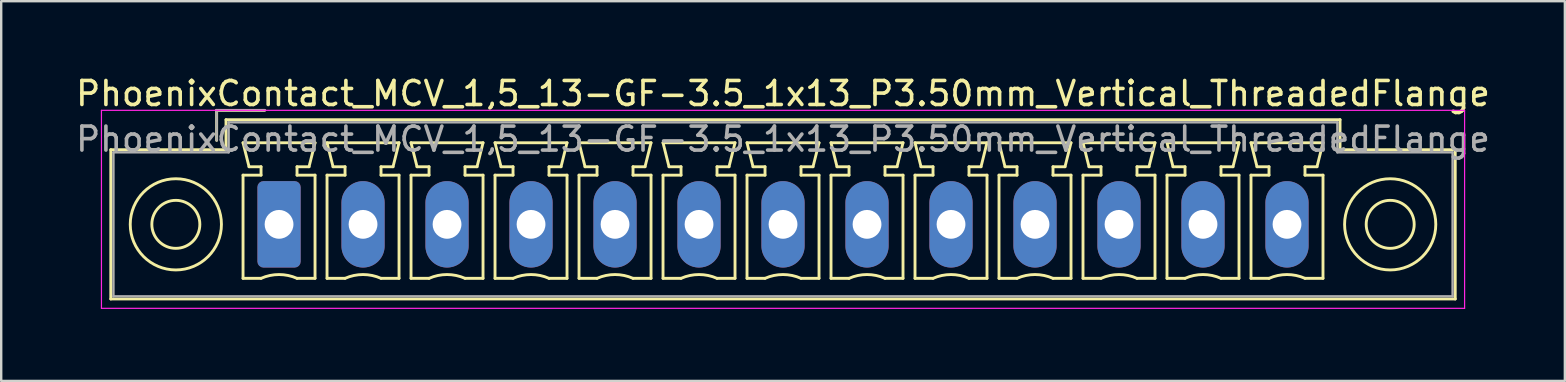
<source format=kicad_pcb>
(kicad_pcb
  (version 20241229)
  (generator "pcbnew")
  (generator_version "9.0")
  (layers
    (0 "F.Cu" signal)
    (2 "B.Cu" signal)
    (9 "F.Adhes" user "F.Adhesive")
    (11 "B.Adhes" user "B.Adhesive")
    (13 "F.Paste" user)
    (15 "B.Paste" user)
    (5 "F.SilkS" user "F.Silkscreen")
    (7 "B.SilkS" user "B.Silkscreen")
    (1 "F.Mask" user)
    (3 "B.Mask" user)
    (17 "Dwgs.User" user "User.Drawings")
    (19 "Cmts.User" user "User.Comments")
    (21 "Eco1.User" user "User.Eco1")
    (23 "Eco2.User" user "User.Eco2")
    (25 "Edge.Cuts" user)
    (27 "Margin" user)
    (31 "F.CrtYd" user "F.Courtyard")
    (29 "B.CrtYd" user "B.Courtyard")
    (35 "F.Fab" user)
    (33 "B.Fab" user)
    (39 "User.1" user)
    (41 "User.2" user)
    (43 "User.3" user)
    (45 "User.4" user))
  (footprint "PhoenixContact_MCV_1,5_13-GF-3.5_1x13_P3.50mm_Vertical_ThreadedFlange"
    (layer "F.Cu")
    (at 8.577 6.298)
    (property "Reference" "PhoenixContact_MCV_1,5_13-GF-3.5_1x13_P3.50mm_Vertical_ThreadedFlange" (at 21 -5.45 0) (layer "F.SilkS") (effects (font (size 1 1) (thickness 0.15))))
    (attr through_hole)
    (fp_line (start -7.01 -3.11) (end -7.01 3.11) (stroke (width 0.12) (type solid)) (layer "F.SilkS"))
    (fp_line (start -7.01 3.11) (end 49.01 3.11) (stroke (width 0.12) (type solid)) (layer "F.SilkS"))
    (fp_line (start -2.6 -4.75) (end -0.6 -4.75) (stroke (width 0.12) (type solid)) (layer "F.SilkS"))
    (fp_line (start -2.6 -3.5) (end -2.6 -4.75) (stroke (width 0.12) (type solid)) (layer "F.SilkS"))
    (fp_line (start -2.21 -4.36) (end -2.21 -3.11) (stroke (width 0.12) (type solid)) (layer "F.SilkS"))
    (fp_line (start -2.21 -3.11) (end -7.01 -3.11) (stroke (width 0.12) (type solid)) (layer "F.SilkS"))
    (fp_line (start -1.5 -3.4) (end 1.5 -3.4) (stroke (width 0.12) (type solid)) (layer "F.SilkS"))
    (fp_line (start -1.5 -2.05) (end -0.75 -2.05) (stroke (width 0.12) (type solid)) (layer "F.SilkS"))
    (fp_line (start -1.5 2.25) (end -1.5 -2.05) (stroke (width 0.12) (type solid)) (layer "F.SilkS"))
    (fp_line (start -1.25 -2.4) (end -1.5 -3.4) (stroke (width 0.12) (type solid)) (layer "F.SilkS"))
    (fp_line (start -0.75 -2.4) (end -1.25 -2.4) (stroke (width 0.12) (type solid)) (layer "F.SilkS"))
    (fp_line (start -0.75 -2.05) (end -0.75 -2.4) (stroke (width 0.12) (type solid)) (layer "F.SilkS"))
    (fp_line (start -0.75 2.25) (end -1.5 2.25) (stroke (width 0.12) (type solid)) (layer "F.SilkS"))
    (fp_line (start 0.75 -2.4) (end 0.75 -2.05) (stroke (width 0.12) (type solid)) (layer "F.SilkS"))
    (fp_line (start 0.75 -2.05) (end 1.5 -2.05) (stroke (width 0.12) (type solid)) (layer "F.SilkS"))
    (fp_line (start 1.25 -2.4) (end 0.75 -2.4) (stroke (width 0.12) (type solid)) (layer "F.SilkS"))
    (fp_line (start 1.5 -3.4) (end 1.25 -2.4) (stroke (width 0.12) (type solid)) (layer "F.SilkS"))
    (fp_line (start 1.5 -2.05) (end 1.5 2.25) (stroke (width 0.12) (type solid)) (layer "F.SilkS"))
    (fp_line (start 1.5 2.25) (end 0.75 2.25) (stroke (width 0.12) (type solid)) (layer "F.SilkS"))
    (fp_line (start 2 -3.4) (end 5 -3.4) (stroke (width 0.12) (type solid)) (layer "F.SilkS"))
    (fp_line (start 2 -2.05) (end 2.75 -2.05) (stroke (width 0.12) (type solid)) (layer "F.SilkS"))
    (fp_line (start 2 2.25) (end 2 -2.05) (stroke (width 0.12) (type solid)) (layer "F.SilkS"))
    (fp_line (start 2.25 -2.4) (end 2 -3.4) (stroke (width 0.12) (type solid)) (layer "F.SilkS"))
    (fp_line (start 2.75 -2.4) (end 2.25 -2.4) (stroke (width 0.12) (type solid)) (layer "F.SilkS"))
    (fp_line (start 2.75 -2.05) (end 2.75 -2.4) (stroke (width 0.12) (type solid)) (layer "F.SilkS"))
    (fp_line (start 2.75 2.25) (end 2 2.25) (stroke (width 0.12) (type solid)) (layer "F.SilkS"))
    (fp_line (start 4.25 -2.4) (end 4.25 -2.05) (stroke (width 0.12) (type solid)) (layer "F.SilkS"))
    (fp_line (start 4.25 -2.05) (end 5 -2.05) (stroke (width 0.12) (type solid)) (layer "F.SilkS"))
    (fp_line (start 4.75 -2.4) (end 4.25 -2.4) (stroke (width 0.12) (type solid)) (layer "F.SilkS"))
    (fp_line (start 5 -3.4) (end 4.75 -2.4) (stroke (width 0.12) (type solid)) (layer "F.SilkS"))
    (fp_line (start 5 -2.05) (end 5 2.25) (stroke (width 0.12) (type solid)) (layer "F.SilkS"))
    (fp_line (start 5 2.25) (end 4.25 2.25) (stroke (width 0.12) (type solid)) (layer "F.SilkS"))
    (fp_line (start 5.5 -3.4) (end 8.5 -3.4) (stroke (width 0.12) (type solid)) (layer "F.SilkS"))
    (fp_line (start 5.5 -2.05) (end 6.25 -2.05) (stroke (width 0.12) (type solid)) (layer "F.SilkS"))
    (fp_line (start 5.5 2.25) (end 5.5 -2.05) (stroke (width 0.12) (type solid)) (layer "F.SilkS"))
    (fp_line (start 5.75 -2.4) (end 5.5 -3.4) (stroke (width 0.12) (type solid)) (layer "F.SilkS"))
    (fp_line (start 6.25 -2.4) (end 5.75 -2.4) (stroke (width 0.12) (type solid)) (layer "F.SilkS"))
    (fp_line (start 6.25 -2.05) (end 6.25 -2.4) (stroke (width 0.12) (type solid)) (layer "F.SilkS"))
    (fp_line (start 6.25 2.25) (end 5.5 2.25) (stroke (width 0.12) (type solid)) (layer "F.SilkS"))
    (fp_line (start 7.75 -2.4) (end 7.75 -2.05) (stroke (width 0.12) (type solid)) (layer "F.SilkS"))
    (fp_line (start 7.75 -2.05) (end 8.5 -2.05) (stroke (width 0.12) (type solid)) (layer "F.SilkS"))
    (fp_line (start 8.25 -2.4) (end 7.75 -2.4) (stroke (width 0.12) (type solid)) (layer "F.SilkS"))
    (fp_line (start 8.5 -3.4) (end 8.25 -2.4) (stroke (width 0.12) (type solid)) (layer "F.SilkS"))
    (fp_line (start 8.5 -2.05) (end 8.5 2.25) (stroke (width 0.12) (type solid)) (layer "F.SilkS"))
    (fp_line (start 8.5 2.25) (end 7.75 2.25) (stroke (width 0.12) (type solid)) (layer "F.SilkS"))
    (fp_line (start 9 -3.4) (end 12 -3.4) (stroke (width 0.12) (type solid)) (layer "F.SilkS"))
    (fp_line (start 9 -2.05) (end 9.75 -2.05) (stroke (width 0.12) (type solid)) (layer "F.SilkS"))
    (fp_line (start 9 2.25) (end 9 -2.05) (stroke (width 0.12) (type solid)) (layer "F.SilkS"))
    (fp_line (start 9.25 -2.4) (end 9 -3.4) (stroke (width 0.12) (type solid)) (layer "F.SilkS"))
    (fp_line (start 9.75 -2.4) (end 9.25 -2.4) (stroke (width 0.12) (type solid)) (layer "F.SilkS"))
    (fp_line (start 9.75 -2.05) (end 9.75 -2.4) (stroke (width 0.12) (type solid)) (layer "F.SilkS"))
    (fp_line (start 9.75 2.25) (end 9 2.25) (stroke (width 0.12) (type solid)) (layer "F.SilkS"))
    (fp_line (start 11.25 -2.4) (end 11.25 -2.05) (stroke (width 0.12) (type solid)) (layer "F.SilkS"))
    (fp_line (start 11.25 -2.05) (end 12 -2.05) (stroke (width 0.12) (type solid)) (layer "F.SilkS"))
    (fp_line (start 11.75 -2.4) (end 11.25 -2.4) (stroke (width 0.12) (type solid)) (layer "F.SilkS"))
    (fp_line (start 12 -3.4) (end 11.75 -2.4) (stroke (width 0.12) (type solid)) (layer "F.SilkS"))
    (fp_line (start 12 -2.05) (end 12 2.25) (stroke (width 0.12) (type solid)) (layer "F.SilkS"))
    (fp_line (start 12 2.25) (end 11.25 2.25) (stroke (width 0.12) (type solid)) (layer "F.SilkS"))
    (fp_line (start 12.5 -3.4) (end 15.5 -3.4) (stroke (width 0.12) (type solid)) (layer "F.SilkS"))
    (fp_line (start 12.5 -2.05) (end 13.25 -2.05) (stroke (width 0.12) (type solid)) (layer "F.SilkS"))
    (fp_line (start 12.5 2.25) (end 12.5 -2.05) (stroke (width 0.12) (type solid)) (layer "F.SilkS"))
    (fp_line (start 12.75 -2.4) (end 12.5 -3.4) (stroke (width 0.12) (type solid)) (layer "F.SilkS"))
    (fp_line (start 13.25 -2.4) (end 12.75 -2.4) (stroke (width 0.12) (type solid)) (layer "F.SilkS"))
    (fp_line (start 13.25 -2.05) (end 13.25 -2.4) (stroke (width 0.12) (type solid)) (layer "F.SilkS"))
    (fp_line (start 13.25 2.25) (end 12.5 2.25) (stroke (width 0.12) (type solid)) (layer "F.SilkS"))
    (fp_line (start 14.75 -2.4) (end 14.75 -2.05) (stroke (width 0.12) (type solid)) (layer "F.SilkS"))
    (fp_line (start 14.75 -2.05) (end 15.5 -2.05) (stroke (width 0.12) (type solid)) (layer "F.SilkS"))
    (fp_line (start 15.25 -2.4) (end 14.75 -2.4) (stroke (width 0.12) (type solid)) (layer "F.SilkS"))
    (fp_line (start 15.5 -3.4) (end 15.25 -2.4) (stroke (width 0.12) (type solid)) (layer "F.SilkS"))
    (fp_line (start 15.5 -2.05) (end 15.5 2.25) (stroke (width 0.12) (type solid)) (layer "F.SilkS"))
    (fp_line (start 15.5 2.25) (end 14.75 2.25) (stroke (width 0.12) (type solid)) (layer "F.SilkS"))
    (fp_line (start 16 -3.4) (end 19 -3.4) (stroke (width 0.12) (type solid)) (layer "F.SilkS"))
    (fp_line (start 16 -2.05) (end 16.75 -2.05) (stroke (width 0.12) (type solid)) (layer "F.SilkS"))
    (fp_line (start 16 2.25) (end 16 -2.05) (stroke (width 0.12) (type solid)) (layer "F.SilkS"))
    (fp_line (start 16.25 -2.4) (end 16 -3.4) (stroke (width 0.12) (type solid)) (layer "F.SilkS"))
    (fp_line (start 16.75 -2.4) (end 16.25 -2.4) (stroke (width 0.12) (type solid)) (layer "F.SilkS"))
    (fp_line (start 16.75 -2.05) (end 16.75 -2.4) (stroke (width 0.12) (type solid)) (layer "F.SilkS"))
    (fp_line (start 16.75 2.25) (end 16 2.25) (stroke (width 0.12) (type solid)) (layer "F.SilkS"))
    (fp_line (start 18.25 -2.4) (end 18.25 -2.05) (stroke (width 0.12) (type solid)) (layer "F.SilkS"))
    (fp_line (start 18.25 -2.05) (end 19 -2.05) (stroke (width 0.12) (type solid)) (layer "F.SilkS"))
    (fp_line (start 18.75 -2.4) (end 18.25 -2.4) (stroke (width 0.12) (type solid)) (layer "F.SilkS"))
    (fp_line (start 19 -3.4) (end 18.75 -2.4) (stroke (width 0.12) (type solid)) (layer "F.SilkS"))
    (fp_line (start 19 -2.05) (end 19 2.25) (stroke (width 0.12) (type solid)) (layer "F.SilkS"))
    (fp_line (start 19 2.25) (end 18.25 2.25) (stroke (width 0.12) (type solid)) (layer "F.SilkS"))
    (fp_line (start 19.5 -3.4) (end 22.5 -3.4) (stroke (width 0.12) (type solid)) (layer "F.SilkS"))
    (fp_line (start 19.5 -2.05) (end 20.25 -2.05) (stroke (width 0.12) (type solid)) (layer "F.SilkS"))
    (fp_line (start 19.5 2.25) (end 19.5 -2.05) (stroke (width 0.12) (type solid)) (layer "F.SilkS"))
    (fp_line (start 19.75 -2.4) (end 19.5 -3.4) (stroke (width 0.12) (type solid)) (layer "F.SilkS"))
    (fp_line (start 20.25 -2.4) (end 19.75 -2.4) (stroke (width 0.12) (type solid)) (layer "F.SilkS"))
    (fp_line (start 20.25 -2.05) (end 20.25 -2.4) (stroke (width 0.12) (type solid)) (layer "F.SilkS"))
    (fp_line (start 20.25 2.25) (end 19.5 2.25) (stroke (width 0.12) (type solid)) (layer "F.SilkS"))
    (fp_line (start 21.75 -2.4) (end 21.75 -2.05) (stroke (width 0.12) (type solid)) (layer "F.SilkS"))
    (fp_line (start 21.75 -2.05) (end 22.5 -2.05) (stroke (width 0.12) (type solid)) (layer "F.SilkS"))
    (fp_line (start 22.25 -2.4) (end 21.75 -2.4) (stroke (width 0.12) (type solid)) (layer "F.SilkS"))
    (fp_line (start 22.5 -3.4) (end 22.25 -2.4) (stroke (width 0.12) (type solid)) (layer "F.SilkS"))
    (fp_line (start 22.5 -2.05) (end 22.5 2.25) (stroke (width 0.12) (type solid)) (layer "F.SilkS"))
    (fp_line (start 22.5 2.25) (end 21.75 2.25) (stroke (width 0.12) (type solid)) (layer "F.SilkS"))
    (fp_line (start 23 -3.4) (end 26 -3.4) (stroke (width 0.12) (type solid)) (layer "F.SilkS"))
    (fp_line (start 23 -2.05) (end 23.75 -2.05) (stroke (width 0.12) (type solid)) (layer "F.SilkS"))
    (fp_line (start 23 2.25) (end 23 -2.05) (stroke (width 0.12) (type solid)) (layer "F.SilkS"))
    (fp_line (start 23.25 -2.4) (end 23 -3.4) (stroke (width 0.12) (type solid)) (layer "F.SilkS"))
    (fp_line (start 23.75 -2.4) (end 23.25 -2.4) (stroke (width 0.12) (type solid)) (layer "F.SilkS"))
    (fp_line (start 23.75 -2.05) (end 23.75 -2.4) (stroke (width 0.12) (type solid)) (layer "F.SilkS"))
    (fp_line (start 23.75 2.25) (end 23 2.25) (stroke (width 0.12) (type solid)) (layer "F.SilkS"))
    (fp_line (start 25.25 -2.4) (end 25.25 -2.05) (stroke (width 0.12) (type solid)) (layer "F.SilkS"))
    (fp_line (start 25.25 -2.05) (end 26 -2.05) (stroke (width 0.12) (type solid)) (layer "F.SilkS"))
    (fp_line (start 25.75 -2.4) (end 25.25 -2.4) (stroke (width 0.12) (type solid)) (layer "F.SilkS"))
    (fp_line (start 26 -3.4) (end 25.75 -2.4) (stroke (width 0.12) (type solid)) (layer "F.SilkS"))
    (fp_line (start 26 -2.05) (end 26 2.25) (stroke (width 0.12) (type solid)) (layer "F.SilkS"))
    (fp_line (start 26 2.25) (end 25.25 2.25) (stroke (width 0.12) (type solid)) (layer "F.SilkS"))
    (fp_line (start 26.5 -3.4) (end 29.5 -3.4) (stroke (width 0.12) (type solid)) (layer "F.SilkS"))
    (fp_line (start 26.5 -2.05) (end 27.25 -2.05) (stroke (width 0.12) (type solid)) (layer "F.SilkS"))
    (fp_line (start 26.5 2.25) (end 26.5 -2.05) (stroke (width 0.12) (type solid)) (layer "F.SilkS"))
    (fp_line (start 26.75 -2.4) (end 26.5 -3.4) (stroke (width 0.12) (type solid)) (layer "F.SilkS"))
    (fp_line (start 27.25 -2.4) (end 26.75 -2.4) (stroke (width 0.12) (type solid)) (layer "F.SilkS"))
    (fp_line (start 27.25 -2.05) (end 27.25 -2.4) (stroke (width 0.12) (type solid)) (layer "F.SilkS"))
    (fp_line (start 27.25 2.25) (end 26.5 2.25) (stroke (width 0.12) (type solid)) (layer "F.SilkS"))
    (fp_line (start 28.75 -2.4) (end 28.75 -2.05) (stroke (width 0.12) (type solid)) (layer "F.SilkS"))
    (fp_line (start 28.75 -2.05) (end 29.5 -2.05) (stroke (width 0.12) (type solid)) (layer "F.SilkS"))
    (fp_line (start 29.25 -2.4) (end 28.75 -2.4) (stroke (width 0.12) (type solid)) (layer "F.SilkS"))
    (fp_line (start 29.5 -3.4) (end 29.25 -2.4) (stroke (width 0.12) (type solid)) (layer "F.SilkS"))
    (fp_line (start 29.5 -2.05) (end 29.5 2.25) (stroke (width 0.12) (type solid)) (layer "F.SilkS"))
    (fp_line (start 29.5 2.25) (end 28.75 2.25) (stroke (width 0.12) (type solid)) (layer "F.SilkS"))
    (fp_line (start 30 -3.4) (end 33 -3.4) (stroke (width 0.12) (type solid)) (layer "F.SilkS"))
    (fp_line (start 30 -2.05) (end 30.75 -2.05) (stroke (width 0.12) (type solid)) (layer "F.SilkS"))
    (fp_line (start 30 2.25) (end 30 -2.05) (stroke (width 0.12) (type solid)) (layer "F.SilkS"))
    (fp_line (start 30.25 -2.4) (end 30 -3.4) (stroke (width 0.12) (type solid)) (layer "F.SilkS"))
    (fp_line (start 30.75 -2.4) (end 30.25 -2.4) (stroke (width 0.12) (type solid)) (layer "F.SilkS"))
    (fp_line (start 30.75 -2.05) (end 30.75 -2.4) (stroke (width 0.12) (type solid)) (layer "F.SilkS"))
    (fp_line (start 30.75 2.25) (end 30 2.25) (stroke (width 0.12) (type solid)) (layer "F.SilkS"))
    (fp_line (start 32.25 -2.4) (end 32.25 -2.05) (stroke (width 0.12) (type solid)) (layer "F.SilkS"))
    (fp_line (start 32.25 -2.05) (end 33 -2.05) (stroke (width 0.12) (type solid)) (layer "F.SilkS"))
    (fp_line (start 32.75 -2.4) (end 32.25 -2.4) (stroke (width 0.12) (type solid)) (layer "F.SilkS"))
    (fp_line (start 33 -3.4) (end 32.75 -2.4) (stroke (width 0.12) (type solid)) (layer "F.SilkS"))
    (fp_line (start 33 -2.05) (end 33 2.25) (stroke (width 0.12) (type solid)) (layer "F.SilkS"))
    (fp_line (start 33 2.25) (end 32.25 2.25) (stroke (width 0.12) (type solid)) (layer "F.SilkS"))
    (fp_line (start 33.5 -3.4) (end 36.5 -3.4) (stroke (width 0.12) (type solid)) (layer "F.SilkS"))
    (fp_line (start 33.5 -2.05) (end 34.25 -2.05) (stroke (width 0.12) (type solid)) (layer "F.SilkS"))
    (fp_line (start 33.5 2.25) (end 33.5 -2.05) (stroke (width 0.12) (type solid)) (layer "F.SilkS"))
    (fp_line (start 33.75 -2.4) (end 33.5 -3.4) (stroke (width 0.12) (type solid)) (layer "F.SilkS"))
    (fp_line (start 34.25 -2.4) (end 33.75 -2.4) (stroke (width 0.12) (type solid)) (layer "F.SilkS"))
    (fp_line (start 34.25 -2.05) (end 34.25 -2.4) (stroke (width 0.12) (type solid)) (layer "F.SilkS"))
    (fp_line (start 34.25 2.25) (end 33.5 2.25) (stroke (width 0.12) (type solid)) (layer "F.SilkS"))
    (fp_line (start 35.75 -2.4) (end 35.75 -2.05) (stroke (width 0.12) (type solid)) (layer "F.SilkS"))
    (fp_line (start 35.75 -2.05) (end 36.5 -2.05) (stroke (width 0.12) (type solid)) (layer "F.SilkS"))
    (fp_line (start 36.25 -2.4) (end 35.75 -2.4) (stroke (width 0.12) (type solid)) (layer "F.SilkS"))
    (fp_line (start 36.5 -3.4) (end 36.25 -2.4) (stroke (width 0.12) (type solid)) (layer "F.SilkS"))
    (fp_line (start 36.5 -2.05) (end 36.5 2.25) (stroke (width 0.12) (type solid)) (layer "F.SilkS"))
    (fp_line (start 36.5 2.25) (end 35.75 2.25) (stroke (width 0.12) (type solid)) (layer "F.SilkS"))
    (fp_line (start 37 -3.4) (end 40 -3.4) (stroke (width 0.12) (type solid)) (layer "F.SilkS"))
    (fp_line (start 37 -2.05) (end 37.75 -2.05) (stroke (width 0.12) (type solid)) (layer "F.SilkS"))
    (fp_line (start 37 2.25) (end 37 -2.05) (stroke (width 0.12) (type solid)) (layer "F.SilkS"))
    (fp_line (start 37.25 -2.4) (end 37 -3.4) (stroke (width 0.12) (type solid)) (layer "F.SilkS"))
    (fp_line (start 37.75 -2.4) (end 37.25 -2.4) (stroke (width 0.12) (type solid)) (layer "F.SilkS"))
    (fp_line (start 37.75 -2.05) (end 37.75 -2.4) (stroke (width 0.12) (type solid)) (layer "F.SilkS"))
    (fp_line (start 37.75 2.25) (end 37 2.25) (stroke (width 0.12) (type solid)) (layer "F.SilkS"))
    (fp_line (start 39.25 -2.4) (end 39.25 -2.05) (stroke (width 0.12) (type solid)) (layer "F.SilkS"))
    (fp_line (start 39.25 -2.05) (end 40 -2.05) (stroke (width 0.12) (type solid)) (layer "F.SilkS"))
    (fp_line (start 39.75 -2.4) (end 39.25 -2.4) (stroke (width 0.12) (type solid)) (layer "F.SilkS"))
    (fp_line (start 40 -3.4) (end 39.75 -2.4) (stroke (width 0.12) (type solid)) (layer "F.SilkS"))
    (fp_line (start 40 -2.05) (end 40 2.25) (stroke (width 0.12) (type solid)) (layer "F.SilkS"))
    (fp_line (start 40 2.25) (end 39.25 2.25) (stroke (width 0.12) (type solid)) (layer "F.SilkS"))
    (fp_line (start 40.5 -3.4) (end 43.5 -3.4) (stroke (width 0.12) (type solid)) (layer "F.SilkS"))
    (fp_line (start 40.5 -2.05) (end 41.25 -2.05) (stroke (width 0.12) (type solid)) (layer "F.SilkS"))
    (fp_line (start 40.5 2.25) (end 40.5 -2.05) (stroke (width 0.12) (type solid)) (layer "F.SilkS"))
    (fp_line (start 40.75 -2.4) (end 40.5 -3.4) (stroke (width 0.12) (type solid)) (layer "F.SilkS"))
    (fp_line (start 41.25 -2.4) (end 40.75 -2.4) (stroke (width 0.12) (type solid)) (layer "F.SilkS"))
    (fp_line (start 41.25 -2.05) (end 41.25 -2.4) (stroke (width 0.12) (type solid)) (layer "F.SilkS"))
    (fp_line (start 41.25 2.25) (end 40.5 2.25) (stroke (width 0.12) (type solid)) (layer "F.SilkS"))
    (fp_line (start 42.75 -2.4) (end 42.75 -2.05) (stroke (width 0.12) (type solid)) (layer "F.SilkS"))
    (fp_line (start 42.75 -2.05) (end 43.5 -2.05) (stroke (width 0.12) (type solid)) (layer "F.SilkS"))
    (fp_line (start 43.25 -2.4) (end 42.75 -2.4) (stroke (width 0.12) (type solid)) (layer "F.SilkS"))
    (fp_line (start 43.5 -3.4) (end 43.25 -2.4) (stroke (width 0.12) (type solid)) (layer "F.SilkS"))
    (fp_line (start 43.5 -2.05) (end 43.5 2.25) (stroke (width 0.12) (type solid)) (layer "F.SilkS"))
    (fp_line (start 43.5 2.25) (end 42.75 2.25) (stroke (width 0.12) (type solid)) (layer "F.SilkS"))
    (fp_line (start 44.21 -4.36) (end -2.21 -4.36) (stroke (width 0.12) (type solid)) (layer "F.SilkS"))
    (fp_line (start 44.21 -3.11) (end 44.21 -4.36) (stroke (width 0.12) (type solid)) (layer "F.SilkS"))
    (fp_line (start 49.01 -3.11) (end 44.21 -3.11) (stroke (width 0.12) (type solid)) (layer "F.SilkS"))
    (fp_line (start 49.01 3.11) (end 49.01 -3.11) (stroke (width 0.12) (type solid)) (layer "F.SilkS"))
    (fp_arc (start -0.75 2.25) (mid -0.000193 2.09191) (end 0.749647 2.249844) (stroke (width 0.12) (type solid)) (layer "F.SilkS"))
    (fp_arc (start 2.75 2.25) (mid 3.499807 2.09191) (end 4.249647 2.249844) (stroke (width 0.12) (type solid)) (layer "F.SilkS"))
    (fp_arc (start 6.25 2.25) (mid 6.999807 2.09191) (end 7.749647 2.249844) (stroke (width 0.12) (type solid)) (layer "F.SilkS"))
    (fp_arc (start 9.75 2.25) (mid 10.499807 2.09191) (end 11.249647 2.249844) (stroke (width 0.12) (type solid)) (layer "F.SilkS"))
    (fp_arc (start 13.25 2.25) (mid 13.999807 2.09191) (end 14.749647 2.249844) (stroke (width 0.12) (type solid)) (layer "F.SilkS"))
    (fp_arc (start 16.75 2.25) (mid 17.499807 2.09191) (end 18.249647 2.249844) (stroke (width 0.12) (type solid)) (layer "F.SilkS"))
    (fp_arc (start 20.25 2.25) (mid 20.999807 2.09191) (end 21.749647 2.249844) (stroke (width 0.12) (type solid)) (layer "F.SilkS"))
    (fp_arc (start 23.75 2.25) (mid 24.499807 2.09191) (end 25.249647 2.249844) (stroke (width 0.12) (type solid)) (layer "F.SilkS"))
    (fp_arc (start 27.25 2.25) (mid 27.999807 2.09191) (end 28.749647 2.249844) (stroke (width 0.12) (type solid)) (layer "F.SilkS"))
    (fp_arc (start 30.75 2.25) (mid 31.499807 2.09191) (end 32.249647 2.249844) (stroke (width 0.12) (type solid)) (layer "F.SilkS"))
    (fp_arc (start 34.25 2.25) (mid 34.999807 2.09191) (end 35.749647 2.249844) (stroke (width 0.12) (type solid)) (layer "F.SilkS"))
    (fp_arc (start 37.75 2.25) (mid 38.499807 2.09191) (end 39.249647 2.249844) (stroke (width 0.12) (type solid)) (layer "F.SilkS"))
    (fp_arc (start 41.25 2.25) (mid 41.999807 2.09191) (end 42.749647 2.249844) (stroke (width 0.12) (type solid)) (layer "F.SilkS"))
    (fp_circle (center -4.3 0) (end -3.3 0) (stroke (width 0.12) (type solid)) (fill no) (layer "F.SilkS"))
    (fp_circle (center -4.3 0) (end -2.4 0) (stroke (width 0.12) (type solid)) (fill no) (layer "F.SilkS"))
    (fp_circle (center 46.3 0) (end 47.3 0) (stroke (width 0.12) (type solid)) (fill no) (layer "F.SilkS"))
    (fp_circle (center 46.3 0) (end 48.2 0) (stroke (width 0.12) (type solid)) (fill no) (layer "F.SilkS"))
    (fp_line (start -7.4 -4.75) (end -7.4 3.5) (stroke (width 0.05) (type solid)) (layer "F.CrtYd"))
    (fp_line (start -7.4 3.5) (end 49.4 3.5) (stroke (width 0.05) (type solid)) (layer "F.CrtYd"))
    (fp_line (start 49.4 -4.75) (end -7.4 -4.75) (stroke (width 0.05) (type solid)) (layer "F.CrtYd"))
    (fp_line (start 49.4 3.5) (end 49.4 -4.75) (stroke (width 0.05) (type solid)) (layer "F.CrtYd"))
    (fp_line (start -6.9 -3) (end -6.9 3) (stroke (width 0.1) (type solid)) (layer "F.Fab"))
    (fp_line (start -6.9 3) (end 48.9 3) (stroke (width 0.1) (type solid)) (layer "F.Fab"))
    (fp_line (start -2.6 -4.75) (end -0.6 -4.75) (stroke (width 0.1) (type solid)) (layer "F.Fab"))
    (fp_line (start -2.6 -3.5) (end -2.6 -4.75) (stroke (width 0.1) (type solid)) (layer "F.Fab"))
    (fp_line (start -2.1 -4.25) (end -2.1 -3) (stroke (width 0.1) (type solid)) (layer "F.Fab"))
    (fp_line (start -2.1 -3) (end -6.9 -3) (stroke (width 0.1) (type solid)) (layer "F.Fab"))
    (fp_line (start 44.1 -4.25) (end -2.1 -4.25) (stroke (width 0.1) (type solid)) (layer "F.Fab"))
    (fp_line (start 44.1 -3) (end 44.1 -4.25) (stroke (width 0.1) (type solid)) (layer "F.Fab"))
    (fp_line (start 48.9 -3) (end 44.1 -3) (stroke (width 0.1) (type solid)) (layer "F.Fab"))
    (fp_line (start 48.9 3) (end 48.9 -3) (stroke (width 0.1) (type solid)) (layer "F.Fab"))
    (fp_text user "${REFERENCE}" (at 21 -3.55 0) (layer "F.Fab") (effects (font (size 1 1) (thickness 0.15))))
    (pad "1" thru_hole roundrect (at 0 0) (size 1.8 3.6) (drill 1.2) (layers "*.Cu" "*.Mask") (roundrect_rratio 0.139))
    (pad "2" thru_hole oval (at 3.5 0) (size 1.8 3.6) (drill 1.2) (layers "*.Cu" "*.Mask"))
    (pad "3" thru_hole oval (at 7 0) (size 1.8 3.6) (drill 1.2) (layers "*.Cu" "*.Mask"))
    (pad "4" thru_hole oval (at 10.5 0) (size 1.8 3.6) (drill 1.2) (layers "*.Cu" "*.Mask"))
    (pad "5" thru_hole oval (at 14 0) (size 1.8 3.6) (drill 1.2) (layers "*.Cu" "*.Mask"))
    (pad "6" thru_hole oval (at 17.5 0) (size 1.8 3.6) (drill 1.2) (layers "*.Cu" "*.Mask"))
    (pad "7" thru_hole oval (at 21 0) (size 1.8 3.6) (drill 1.2) (layers "*.Cu" "*.Mask"))
    (pad "8" thru_hole oval (at 24.5 0) (size 1.8 3.6) (drill 1.2) (layers "*.Cu" "*.Mask"))
    (pad "9" thru_hole oval (at 28 0) (size 1.8 3.6) (drill 1.2) (layers "*.Cu" "*.Mask"))
    (pad "10" thru_hole oval (at 31.5 0) (size 1.8 3.6) (drill 1.2) (layers "*.Cu" "*.Mask"))
    (pad "11" thru_hole oval (at 35 0) (size 1.8 3.6) (drill 1.2) (layers "*.Cu" "*.Mask"))
    (pad "12" thru_hole oval (at 38.5 0) (size 1.8 3.6) (drill 1.2) (layers "*.Cu" "*.Mask"))
    (pad "13" thru_hole oval (at 42 0) (size 1.8 3.6) (drill 1.2) (layers "*.Cu" "*.Mask")))
  (gr_rect
    (start -3 -3)
    (end 62.155 12.823)
    (stroke (width 0.1) (type default))
    (fill no)
    (layer "Edge.Cuts")))
</source>
